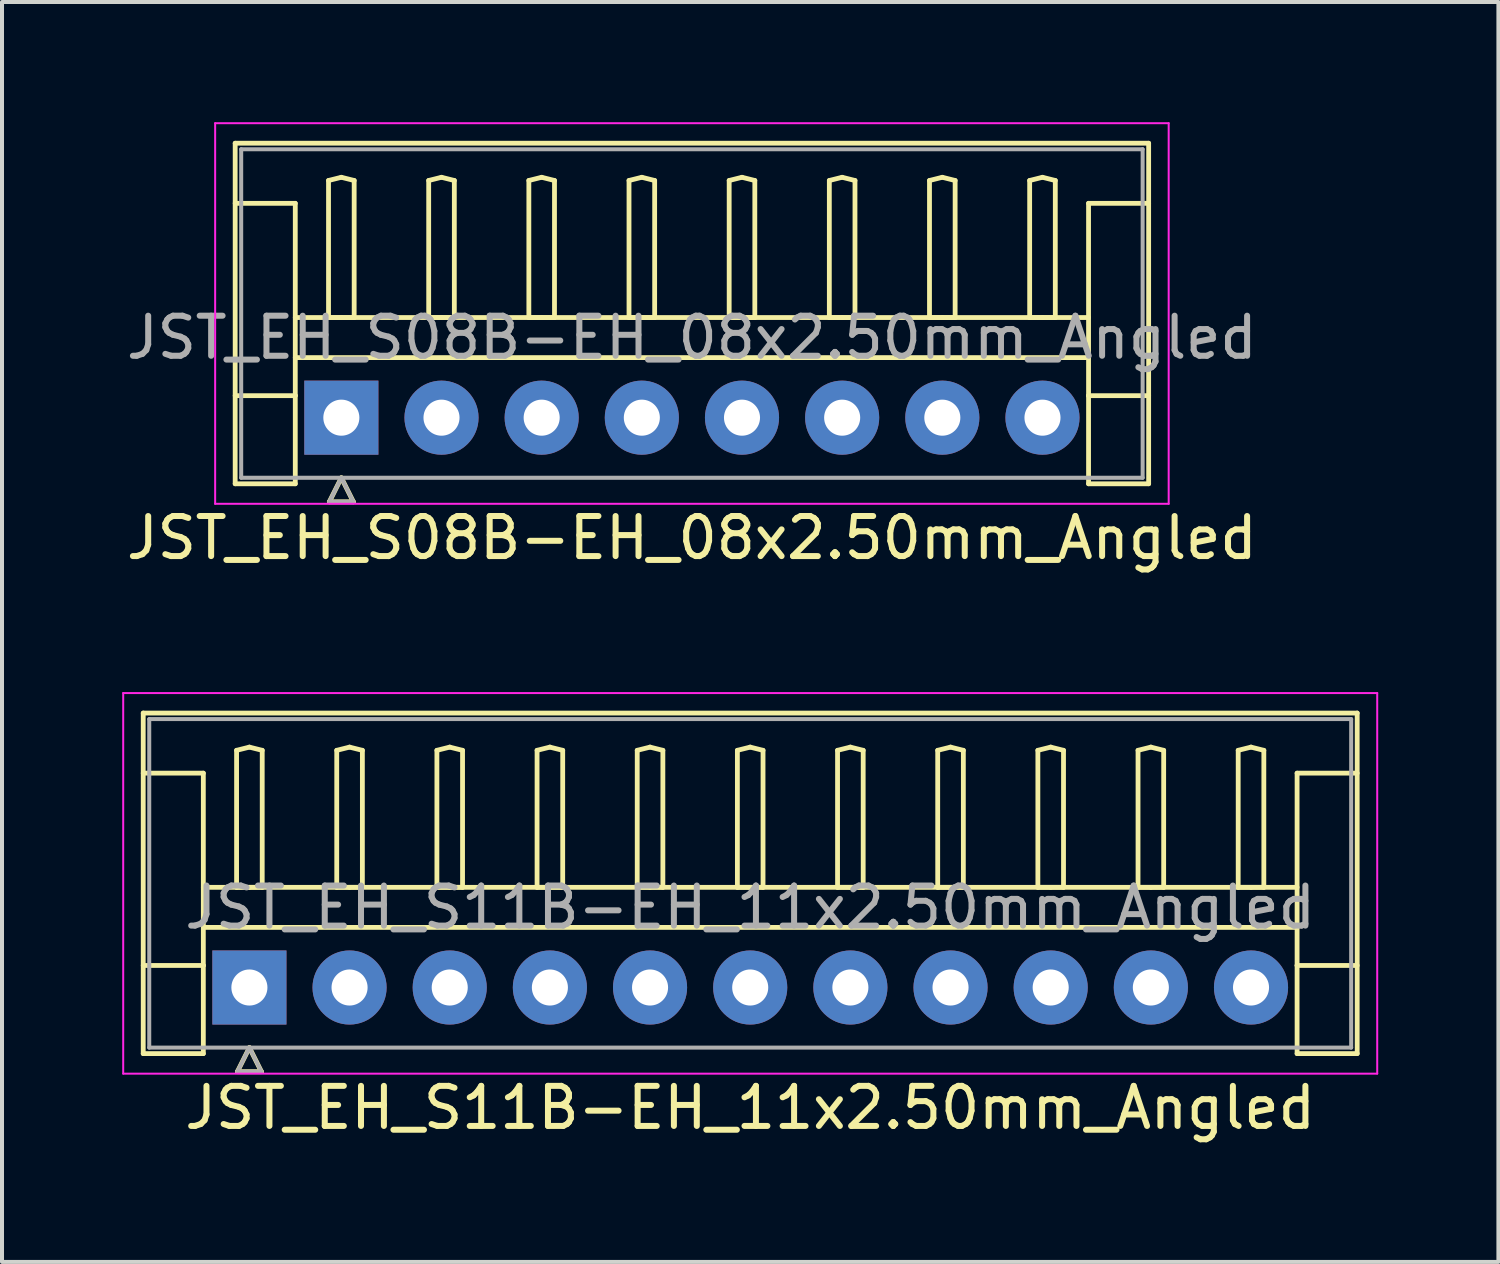
<source format=kicad_pcb>
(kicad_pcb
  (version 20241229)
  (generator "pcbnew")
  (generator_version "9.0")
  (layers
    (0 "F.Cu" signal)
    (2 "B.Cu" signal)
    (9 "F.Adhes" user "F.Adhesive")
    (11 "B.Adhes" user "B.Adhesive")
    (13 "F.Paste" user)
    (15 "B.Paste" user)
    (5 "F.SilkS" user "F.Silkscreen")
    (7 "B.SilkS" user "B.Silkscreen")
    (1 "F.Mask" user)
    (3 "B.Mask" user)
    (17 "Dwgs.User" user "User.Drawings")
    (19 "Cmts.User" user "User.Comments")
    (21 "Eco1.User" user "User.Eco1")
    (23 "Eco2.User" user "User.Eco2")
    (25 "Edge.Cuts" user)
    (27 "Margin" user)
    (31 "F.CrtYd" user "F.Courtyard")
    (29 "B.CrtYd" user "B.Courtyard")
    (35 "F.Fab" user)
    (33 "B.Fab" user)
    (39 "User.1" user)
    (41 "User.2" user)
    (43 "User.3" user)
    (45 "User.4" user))
  (footprint "JST_EH_S11B-EH_11x2.50mm_Angled"
    (layer "F.Cu")
    (at 3.175 21.598)
    (property "Reference" "JST_EH_S11B-EH_11x2.50mm_Angled" (at 12.5 3 0) (layer "F.SilkS") (effects (font (size 1 1) (thickness 0.15))))
    (attr through_hole)
    (fp_line (start -2.65 -6.85) (end 27.65 -6.85) (stroke (width 0.12) (type solid)) (layer "F.SilkS"))
    (fp_line (start -2.65 -5.35) (end -1.15 -5.35) (stroke (width 0.12) (type solid)) (layer "F.SilkS"))
    (fp_line (start -2.65 1.65) (end -2.65 -6.85) (stroke (width 0.12) (type solid)) (layer "F.SilkS"))
    (fp_line (start -1.15 -5.35) (end -1.15 -0.55) (stroke (width 0.12) (type solid)) (layer "F.SilkS"))
    (fp_line (start -1.15 -2.5) (end 26.15 -2.5) (stroke (width 0.12) (type solid)) (layer "F.SilkS"))
    (fp_line (start -1.15 -1.5) (end 26.15 -1.5) (stroke (width 0.12) (type solid)) (layer "F.SilkS"))
    (fp_line (start -1.15 -0.55) (end -2.65 -0.55) (stroke (width 0.12) (type solid)) (layer "F.SilkS"))
    (fp_line (start -1.15 -0.55) (end -1.15 1.65) (stroke (width 0.12) (type solid)) (layer "F.SilkS"))
    (fp_line (start -1.15 1.65) (end -2.65 1.65) (stroke (width 0.12) (type solid)) (layer "F.SilkS"))
    (fp_line (start -0.32 -5.92) (end 0 -6) (stroke (width 0.12) (type solid)) (layer "F.SilkS"))
    (fp_line (start -0.32 -2.5) (end -0.32 -5.92) (stroke (width 0.12) (type solid)) (layer "F.SilkS"))
    (fp_line (start -0.3 2.1) (end 0.3 2.1) (stroke (width 0.12) (type solid)) (layer "F.SilkS"))
    (fp_line (start 0 -6) (end 0.32 -5.92) (stroke (width 0.12) (type solid)) (layer "F.SilkS"))
    (fp_line (start 0 -2.5) (end -0.32 -2.5) (stroke (width 0.12) (type solid)) (layer "F.SilkS"))
    (fp_line (start 0 1.5) (end -0.3 2.1) (stroke (width 0.12) (type solid)) (layer "F.SilkS"))
    (fp_line (start 0.3 2.1) (end 0 1.5) (stroke (width 0.12) (type solid)) (layer "F.SilkS"))
    (fp_line (start 0.32 -5.92) (end 0.32 -2.5) (stroke (width 0.12) (type solid)) (layer "F.SilkS"))
    (fp_line (start 0.32 -2.5) (end 0 -2.5) (stroke (width 0.12) (type solid)) (layer "F.SilkS"))
    (fp_line (start 2.18 -5.92) (end 2.5 -6) (stroke (width 0.12) (type solid)) (layer "F.SilkS"))
    (fp_line (start 2.18 -2.5) (end 2.18 -5.92) (stroke (width 0.12) (type solid)) (layer "F.SilkS"))
    (fp_line (start 2.5 -6) (end 2.82 -5.92) (stroke (width 0.12) (type solid)) (layer "F.SilkS"))
    (fp_line (start 2.5 -2.5) (end 2.18 -2.5) (stroke (width 0.12) (type solid)) (layer "F.SilkS"))
    (fp_line (start 2.82 -5.92) (end 2.82 -2.5) (stroke (width 0.12) (type solid)) (layer "F.SilkS"))
    (fp_line (start 2.82 -2.5) (end 2.5 -2.5) (stroke (width 0.12) (type solid)) (layer "F.SilkS"))
    (fp_line (start 4.68 -5.92) (end 5 -6) (stroke (width 0.12) (type solid)) (layer "F.SilkS"))
    (fp_line (start 4.68 -2.5) (end 4.68 -5.92) (stroke (width 0.12) (type solid)) (layer "F.SilkS"))
    (fp_line (start 5 -6) (end 5.32 -5.92) (stroke (width 0.12) (type solid)) (layer "F.SilkS"))
    (fp_line (start 5 -2.5) (end 4.68 -2.5) (stroke (width 0.12) (type solid)) (layer "F.SilkS"))
    (fp_line (start 5.32 -5.92) (end 5.32 -2.5) (stroke (width 0.12) (type solid)) (layer "F.SilkS"))
    (fp_line (start 5.32 -2.5) (end 5 -2.5) (stroke (width 0.12) (type solid)) (layer "F.SilkS"))
    (fp_line (start 7.18 -5.92) (end 7.5 -6) (stroke (width 0.12) (type solid)) (layer "F.SilkS"))
    (fp_line (start 7.18 -2.5) (end 7.18 -5.92) (stroke (width 0.12) (type solid)) (layer "F.SilkS"))
    (fp_line (start 7.5 -6) (end 7.82 -5.92) (stroke (width 0.12) (type solid)) (layer "F.SilkS"))
    (fp_line (start 7.5 -2.5) (end 7.18 -2.5) (stroke (width 0.12) (type solid)) (layer "F.SilkS"))
    (fp_line (start 7.82 -5.92) (end 7.82 -2.5) (stroke (width 0.12) (type solid)) (layer "F.SilkS"))
    (fp_line (start 7.82 -2.5) (end 7.5 -2.5) (stroke (width 0.12) (type solid)) (layer "F.SilkS"))
    (fp_line (start 9.68 -5.92) (end 10 -6) (stroke (width 0.12) (type solid)) (layer "F.SilkS"))
    (fp_line (start 9.68 -2.5) (end 9.68 -5.92) (stroke (width 0.12) (type solid)) (layer "F.SilkS"))
    (fp_line (start 10 -6) (end 10.32 -5.92) (stroke (width 0.12) (type solid)) (layer "F.SilkS"))
    (fp_line (start 10 -2.5) (end 9.68 -2.5) (stroke (width 0.12) (type solid)) (layer "F.SilkS"))
    (fp_line (start 10.32 -5.92) (end 10.32 -2.5) (stroke (width 0.12) (type solid)) (layer "F.SilkS"))
    (fp_line (start 10.32 -2.5) (end 10 -2.5) (stroke (width 0.12) (type solid)) (layer "F.SilkS"))
    (fp_line (start 12.18 -5.92) (end 12.5 -6) (stroke (width 0.12) (type solid)) (layer "F.SilkS"))
    (fp_line (start 12.18 -2.5) (end 12.18 -5.92) (stroke (width 0.12) (type solid)) (layer "F.SilkS"))
    (fp_line (start 12.5 -6) (end 12.82 -5.92) (stroke (width 0.12) (type solid)) (layer "F.SilkS"))
    (fp_line (start 12.5 -2.5) (end 12.18 -2.5) (stroke (width 0.12) (type solid)) (layer "F.SilkS"))
    (fp_line (start 12.82 -5.92) (end 12.82 -2.5) (stroke (width 0.12) (type solid)) (layer "F.SilkS"))
    (fp_line (start 12.82 -2.5) (end 12.5 -2.5) (stroke (width 0.12) (type solid)) (layer "F.SilkS"))
    (fp_line (start 14.68 -5.92) (end 15 -6) (stroke (width 0.12) (type solid)) (layer "F.SilkS"))
    (fp_line (start 14.68 -2.5) (end 14.68 -5.92) (stroke (width 0.12) (type solid)) (layer "F.SilkS"))
    (fp_line (start 15 -6) (end 15.32 -5.92) (stroke (width 0.12) (type solid)) (layer "F.SilkS"))
    (fp_line (start 15 -2.5) (end 14.68 -2.5) (stroke (width 0.12) (type solid)) (layer "F.SilkS"))
    (fp_line (start 15.32 -5.92) (end 15.32 -2.5) (stroke (width 0.12) (type solid)) (layer "F.SilkS"))
    (fp_line (start 15.32 -2.5) (end 15 -2.5) (stroke (width 0.12) (type solid)) (layer "F.SilkS"))
    (fp_line (start 17.18 -5.92) (end 17.5 -6) (stroke (width 0.12) (type solid)) (layer "F.SilkS"))
    (fp_line (start 17.18 -2.5) (end 17.18 -5.92) (stroke (width 0.12) (type solid)) (layer "F.SilkS"))
    (fp_line (start 17.5 -6) (end 17.82 -5.92) (stroke (width 0.12) (type solid)) (layer "F.SilkS"))
    (fp_line (start 17.5 -2.5) (end 17.18 -2.5) (stroke (width 0.12) (type solid)) (layer "F.SilkS"))
    (fp_line (start 17.82 -5.92) (end 17.82 -2.5) (stroke (width 0.12) (type solid)) (layer "F.SilkS"))
    (fp_line (start 17.82 -2.5) (end 17.5 -2.5) (stroke (width 0.12) (type solid)) (layer "F.SilkS"))
    (fp_line (start 19.68 -5.92) (end 20 -6) (stroke (width 0.12) (type solid)) (layer "F.SilkS"))
    (fp_line (start 19.68 -2.5) (end 19.68 -5.92) (stroke (width 0.12) (type solid)) (layer "F.SilkS"))
    (fp_line (start 20 -6) (end 20.32 -5.92) (stroke (width 0.12) (type solid)) (layer "F.SilkS"))
    (fp_line (start 20 -2.5) (end 19.68 -2.5) (stroke (width 0.12) (type solid)) (layer "F.SilkS"))
    (fp_line (start 20.32 -5.92) (end 20.32 -2.5) (stroke (width 0.12) (type solid)) (layer "F.SilkS"))
    (fp_line (start 20.32 -2.5) (end 20 -2.5) (stroke (width 0.12) (type solid)) (layer "F.SilkS"))
    (fp_line (start 22.18 -5.92) (end 22.5 -6) (stroke (width 0.12) (type solid)) (layer "F.SilkS"))
    (fp_line (start 22.18 -2.5) (end 22.18 -5.92) (stroke (width 0.12) (type solid)) (layer "F.SilkS"))
    (fp_line (start 22.5 -6) (end 22.82 -5.92) (stroke (width 0.12) (type solid)) (layer "F.SilkS"))
    (fp_line (start 22.5 -2.5) (end 22.18 -2.5) (stroke (width 0.12) (type solid)) (layer "F.SilkS"))
    (fp_line (start 22.82 -5.92) (end 22.82 -2.5) (stroke (width 0.12) (type solid)) (layer "F.SilkS"))
    (fp_line (start 22.82 -2.5) (end 22.5 -2.5) (stroke (width 0.12) (type solid)) (layer "F.SilkS"))
    (fp_line (start 24.68 -5.92) (end 25 -6) (stroke (width 0.12) (type solid)) (layer "F.SilkS"))
    (fp_line (start 24.68 -2.5) (end 24.68 -5.92) (stroke (width 0.12) (type solid)) (layer "F.SilkS"))
    (fp_line (start 25 -6) (end 25.32 -5.92) (stroke (width 0.12) (type solid)) (layer "F.SilkS"))
    (fp_line (start 25 -2.5) (end 24.68 -2.5) (stroke (width 0.12) (type solid)) (layer "F.SilkS"))
    (fp_line (start 25.32 -5.92) (end 25.32 -2.5) (stroke (width 0.12) (type solid)) (layer "F.SilkS"))
    (fp_line (start 25.32 -2.5) (end 25 -2.5) (stroke (width 0.12) (type solid)) (layer "F.SilkS"))
    (fp_line (start 26.15 -5.35) (end 26.15 -0.55) (stroke (width 0.12) (type solid)) (layer "F.SilkS"))
    (fp_line (start 26.15 -0.55) (end 27.65 -0.55) (stroke (width 0.12) (type solid)) (layer "F.SilkS"))
    (fp_line (start 26.15 1.65) (end 26.15 -0.55) (stroke (width 0.12) (type solid)) (layer "F.SilkS"))
    (fp_line (start 27.65 -6.85) (end 27.65 1.65) (stroke (width 0.12) (type solid)) (layer "F.SilkS"))
    (fp_line (start 27.65 -5.35) (end 26.15 -5.35) (stroke (width 0.12) (type solid)) (layer "F.SilkS"))
    (fp_line (start 27.65 1.65) (end 26.15 1.65) (stroke (width 0.12) (type solid)) (layer "F.SilkS"))
    (fp_line (start -3.15 -7.35) (end -3.15 2.15) (stroke (width 0.05) (type solid)) (layer "F.CrtYd"))
    (fp_line (start -3.15 2.15) (end 28.15 2.15) (stroke (width 0.05) (type solid)) (layer "F.CrtYd"))
    (fp_line (start 28.15 -7.35) (end -3.15 -7.35) (stroke (width 0.05) (type solid)) (layer "F.CrtYd"))
    (fp_line (start 28.15 2.15) (end 28.15 -7.35) (stroke (width 0.05) (type solid)) (layer "F.CrtYd"))
    (fp_line (start -2.5 -6.7) (end -2.5 1.5) (stroke (width 0.1) (type solid)) (layer "F.Fab"))
    (fp_line (start -2.5 1.5) (end 27.5 1.5) (stroke (width 0.1) (type solid)) (layer "F.Fab"))
    (fp_line (start -0.3 2.1) (end 0.3 2.1) (stroke (width 0.1) (type solid)) (layer "F.Fab"))
    (fp_line (start 0 1.5) (end -0.3 2.1) (stroke (width 0.1) (type solid)) (layer "F.Fab"))
    (fp_line (start 0.3 2.1) (end 0 1.5) (stroke (width 0.1) (type solid)) (layer "F.Fab"))
    (fp_line (start 27.5 -6.7) (end -2.5 -6.7) (stroke (width 0.1) (type solid)) (layer "F.Fab"))
    (fp_line (start 27.5 1.5) (end 27.5 -6.7) (stroke (width 0.1) (type solid)) (layer "F.Fab"))
    (fp_text user "${REFERENCE}" (at 12.5 -2 0) (layer "F.Fab") (effects (font (size 1 1) (thickness 0.15))))
    (pad "1" thru_hole rect (at 0 0) (size 1.85 1.85) (drill 0.9) (layers "*.Cu" "*.Mask"))
    (pad "2" thru_hole circle (at 2.5 0) (size 1.85 1.85) (drill 0.9) (layers "*.Cu" "*.Mask"))
    (pad "3" thru_hole circle (at 5 0) (size 1.85 1.85) (drill 0.9) (layers "*.Cu" "*.Mask"))
    (pad "4" thru_hole circle (at 7.5 0) (size 1.85 1.85) (drill 0.9) (layers "*.Cu" "*.Mask"))
    (pad "5" thru_hole circle (at 10 0) (size 1.85 1.85) (drill 0.9) (layers "*.Cu" "*.Mask"))
    (pad "6" thru_hole circle (at 12.5 0) (size 1.85 1.85) (drill 0.9) (layers "*.Cu" "*.Mask"))
    (pad "7" thru_hole circle (at 15 0) (size 1.85 1.85) (drill 0.9) (layers "*.Cu" "*.Mask"))
    (pad "8" thru_hole circle (at 17.5 0) (size 1.85 1.85) (drill 0.9) (layers "*.Cu" "*.Mask"))
    (pad "9" thru_hole circle (at 20 0) (size 1.85 1.85) (drill 0.9) (layers "*.Cu" "*.Mask"))
    (pad "10" thru_hole circle (at 22.5 0) (size 1.85 1.85) (drill 0.9) (layers "*.Cu" "*.Mask"))
    (pad "11" thru_hole circle (at 25 0) (size 1.85 1.85) (drill 0.9) (layers "*.Cu" "*.Mask")))
  (footprint "JST_EH_S08B-EH_08x2.50mm_Angled"
    (layer "F.Cu")
    (at 5.47 7.375)
    (property "Reference" "JST_EH_S08B-EH_08x2.50mm_Angled" (at 8.75 3 0) (layer "F.SilkS") (effects (font (size 1 1) (thickness 0.15))))
    (attr through_hole)
    (fp_line (start -2.65 -6.85) (end 20.15 -6.85) (stroke (width 0.12) (type solid)) (layer "F.SilkS"))
    (fp_line (start -2.65 -5.35) (end -1.15 -5.35) (stroke (width 0.12) (type solid)) (layer "F.SilkS"))
    (fp_line (start -2.65 1.65) (end -2.65 -6.85) (stroke (width 0.12) (type solid)) (layer "F.SilkS"))
    (fp_line (start -1.15 -5.35) (end -1.15 -0.55) (stroke (width 0.12) (type solid)) (layer "F.SilkS"))
    (fp_line (start -1.15 -2.5) (end 18.65 -2.5) (stroke (width 0.12) (type solid)) (layer "F.SilkS"))
    (fp_line (start -1.15 -1.5) (end 18.65 -1.5) (stroke (width 0.12) (type solid)) (layer "F.SilkS"))
    (fp_line (start -1.15 -0.55) (end -2.65 -0.55) (stroke (width 0.12) (type solid)) (layer "F.SilkS"))
    (fp_line (start -1.15 -0.55) (end -1.15 1.65) (stroke (width 0.12) (type solid)) (layer "F.SilkS"))
    (fp_line (start -1.15 1.65) (end -2.65 1.65) (stroke (width 0.12) (type solid)) (layer "F.SilkS"))
    (fp_line (start -0.32 -5.92) (end 0 -6) (stroke (width 0.12) (type solid)) (layer "F.SilkS"))
    (fp_line (start -0.32 -2.5) (end -0.32 -5.92) (stroke (width 0.12) (type solid)) (layer "F.SilkS"))
    (fp_line (start -0.3 2.1) (end 0.3 2.1) (stroke (width 0.12) (type solid)) (layer "F.SilkS"))
    (fp_line (start 0 -6) (end 0.32 -5.92) (stroke (width 0.12) (type solid)) (layer "F.SilkS"))
    (fp_line (start 0 -2.5) (end -0.32 -2.5) (stroke (width 0.12) (type solid)) (layer "F.SilkS"))
    (fp_line (start 0 1.5) (end -0.3 2.1) (stroke (width 0.12) (type solid)) (layer "F.SilkS"))
    (fp_line (start 0.3 2.1) (end 0 1.5) (stroke (width 0.12) (type solid)) (layer "F.SilkS"))
    (fp_line (start 0.32 -5.92) (end 0.32 -2.5) (stroke (width 0.12) (type solid)) (layer "F.SilkS"))
    (fp_line (start 0.32 -2.5) (end 0 -2.5) (stroke (width 0.12) (type solid)) (layer "F.SilkS"))
    (fp_line (start 2.18 -5.92) (end 2.5 -6) (stroke (width 0.12) (type solid)) (layer "F.SilkS"))
    (fp_line (start 2.18 -2.5) (end 2.18 -5.92) (stroke (width 0.12) (type solid)) (layer "F.SilkS"))
    (fp_line (start 2.5 -6) (end 2.82 -5.92) (stroke (width 0.12) (type solid)) (layer "F.SilkS"))
    (fp_line (start 2.5 -2.5) (end 2.18 -2.5) (stroke (width 0.12) (type solid)) (layer "F.SilkS"))
    (fp_line (start 2.82 -5.92) (end 2.82 -2.5) (stroke (width 0.12) (type solid)) (layer "F.SilkS"))
    (fp_line (start 2.82 -2.5) (end 2.5 -2.5) (stroke (width 0.12) (type solid)) (layer "F.SilkS"))
    (fp_line (start 4.68 -5.92) (end 5 -6) (stroke (width 0.12) (type solid)) (layer "F.SilkS"))
    (fp_line (start 4.68 -2.5) (end 4.68 -5.92) (stroke (width 0.12) (type solid)) (layer "F.SilkS"))
    (fp_line (start 5 -6) (end 5.32 -5.92) (stroke (width 0.12) (type solid)) (layer "F.SilkS"))
    (fp_line (start 5 -2.5) (end 4.68 -2.5) (stroke (width 0.12) (type solid)) (layer "F.SilkS"))
    (fp_line (start 5.32 -5.92) (end 5.32 -2.5) (stroke (width 0.12) (type solid)) (layer "F.SilkS"))
    (fp_line (start 5.32 -2.5) (end 5 -2.5) (stroke (width 0.12) (type solid)) (layer "F.SilkS"))
    (fp_line (start 7.18 -5.92) (end 7.5 -6) (stroke (width 0.12) (type solid)) (layer "F.SilkS"))
    (fp_line (start 7.18 -2.5) (end 7.18 -5.92) (stroke (width 0.12) (type solid)) (layer "F.SilkS"))
    (fp_line (start 7.5 -6) (end 7.82 -5.92) (stroke (width 0.12) (type solid)) (layer "F.SilkS"))
    (fp_line (start 7.5 -2.5) (end 7.18 -2.5) (stroke (width 0.12) (type solid)) (layer "F.SilkS"))
    (fp_line (start 7.82 -5.92) (end 7.82 -2.5) (stroke (width 0.12) (type solid)) (layer "F.SilkS"))
    (fp_line (start 7.82 -2.5) (end 7.5 -2.5) (stroke (width 0.12) (type solid)) (layer "F.SilkS"))
    (fp_line (start 9.68 -5.92) (end 10 -6) (stroke (width 0.12) (type solid)) (layer "F.SilkS"))
    (fp_line (start 9.68 -2.5) (end 9.68 -5.92) (stroke (width 0.12) (type solid)) (layer "F.SilkS"))
    (fp_line (start 10 -6) (end 10.32 -5.92) (stroke (width 0.12) (type solid)) (layer "F.SilkS"))
    (fp_line (start 10 -2.5) (end 9.68 -2.5) (stroke (width 0.12) (type solid)) (layer "F.SilkS"))
    (fp_line (start 10.32 -5.92) (end 10.32 -2.5) (stroke (width 0.12) (type solid)) (layer "F.SilkS"))
    (fp_line (start 10.32 -2.5) (end 10 -2.5) (stroke (width 0.12) (type solid)) (layer "F.SilkS"))
    (fp_line (start 12.18 -5.92) (end 12.5 -6) (stroke (width 0.12) (type solid)) (layer "F.SilkS"))
    (fp_line (start 12.18 -2.5) (end 12.18 -5.92) (stroke (width 0.12) (type solid)) (layer "F.SilkS"))
    (fp_line (start 12.5 -6) (end 12.82 -5.92) (stroke (width 0.12) (type solid)) (layer "F.SilkS"))
    (fp_line (start 12.5 -2.5) (end 12.18 -2.5) (stroke (width 0.12) (type solid)) (layer "F.SilkS"))
    (fp_line (start 12.82 -5.92) (end 12.82 -2.5) (stroke (width 0.12) (type solid)) (layer "F.SilkS"))
    (fp_line (start 12.82 -2.5) (end 12.5 -2.5) (stroke (width 0.12) (type solid)) (layer "F.SilkS"))
    (fp_line (start 14.68 -5.92) (end 15 -6) (stroke (width 0.12) (type solid)) (layer "F.SilkS"))
    (fp_line (start 14.68 -2.5) (end 14.68 -5.92) (stroke (width 0.12) (type solid)) (layer "F.SilkS"))
    (fp_line (start 15 -6) (end 15.32 -5.92) (stroke (width 0.12) (type solid)) (layer "F.SilkS"))
    (fp_line (start 15 -2.5) (end 14.68 -2.5) (stroke (width 0.12) (type solid)) (layer "F.SilkS"))
    (fp_line (start 15.32 -5.92) (end 15.32 -2.5) (stroke (width 0.12) (type solid)) (layer "F.SilkS"))
    (fp_line (start 15.32 -2.5) (end 15 -2.5) (stroke (width 0.12) (type solid)) (layer "F.SilkS"))
    (fp_line (start 17.18 -5.92) (end 17.5 -6) (stroke (width 0.12) (type solid)) (layer "F.SilkS"))
    (fp_line (start 17.18 -2.5) (end 17.18 -5.92) (stroke (width 0.12) (type solid)) (layer "F.SilkS"))
    (fp_line (start 17.5 -6) (end 17.82 -5.92) (stroke (width 0.12) (type solid)) (layer "F.SilkS"))
    (fp_line (start 17.5 -2.5) (end 17.18 -2.5) (stroke (width 0.12) (type solid)) (layer "F.SilkS"))
    (fp_line (start 17.82 -5.92) (end 17.82 -2.5) (stroke (width 0.12) (type solid)) (layer "F.SilkS"))
    (fp_line (start 17.82 -2.5) (end 17.5 -2.5) (stroke (width 0.12) (type solid)) (layer "F.SilkS"))
    (fp_line (start 18.65 -5.35) (end 18.65 -0.55) (stroke (width 0.12) (type solid)) (layer "F.SilkS"))
    (fp_line (start 18.65 -0.55) (end 20.15 -0.55) (stroke (width 0.12) (type solid)) (layer "F.SilkS"))
    (fp_line (start 18.65 1.65) (end 18.65 -0.55) (stroke (width 0.12) (type solid)) (layer "F.SilkS"))
    (fp_line (start 20.15 -6.85) (end 20.15 1.65) (stroke (width 0.12) (type solid)) (layer "F.SilkS"))
    (fp_line (start 20.15 -5.35) (end 18.65 -5.35) (stroke (width 0.12) (type solid)) (layer "F.SilkS"))
    (fp_line (start 20.15 1.65) (end 18.65 1.65) (stroke (width 0.12) (type solid)) (layer "F.SilkS"))
    (fp_line (start -3.15 -7.35) (end -3.15 2.15) (stroke (width 0.05) (type solid)) (layer "F.CrtYd"))
    (fp_line (start -3.15 2.15) (end 20.65 2.15) (stroke (width 0.05) (type solid)) (layer "F.CrtYd"))
    (fp_line (start 20.65 -7.35) (end -3.15 -7.35) (stroke (width 0.05) (type solid)) (layer "F.CrtYd"))
    (fp_line (start 20.65 2.15) (end 20.65 -7.35) (stroke (width 0.05) (type solid)) (layer "F.CrtYd"))
    (fp_line (start -2.5 -6.7) (end -2.5 1.5) (stroke (width 0.1) (type solid)) (layer "F.Fab"))
    (fp_line (start -2.5 1.5) (end 20 1.5) (stroke (width 0.1) (type solid)) (layer "F.Fab"))
    (fp_line (start -0.3 2.1) (end 0.3 2.1) (stroke (width 0.1) (type solid)) (layer "F.Fab"))
    (fp_line (start 0 1.5) (end -0.3 2.1) (stroke (width 0.1) (type solid)) (layer "F.Fab"))
    (fp_line (start 0.3 2.1) (end 0 1.5) (stroke (width 0.1) (type solid)) (layer "F.Fab"))
    (fp_line (start 20 -6.7) (end -2.5 -6.7) (stroke (width 0.1) (type solid)) (layer "F.Fab"))
    (fp_line (start 20 1.5) (end 20 -6.7) (stroke (width 0.1) (type solid)) (layer "F.Fab"))
    (fp_text user "${REFERENCE}" (at 8.75 -2 0) (layer "F.Fab") (effects (font (size 1 1) (thickness 0.15))))
    (pad "1" thru_hole rect (at 0 0) (size 1.85 1.85) (drill 0.9) (layers "*.Cu" "*.Mask"))
    (pad "2" thru_hole circle (at 2.5 0) (size 1.85 1.85) (drill 0.9) (layers "*.Cu" "*.Mask"))
    (pad "3" thru_hole circle (at 5 0) (size 1.85 1.85) (drill 0.9) (layers "*.Cu" "*.Mask"))
    (pad "4" thru_hole circle (at 7.5 0) (size 1.85 1.85) (drill 0.9) (layers "*.Cu" "*.Mask"))
    (pad "5" thru_hole circle (at 10 0) (size 1.85 1.85) (drill 0.9) (layers "*.Cu" "*.Mask"))
    (pad "6" thru_hole circle (at 12.5 0) (size 1.85 1.85) (drill 0.9) (layers "*.Cu" "*.Mask"))
    (pad "7" thru_hole circle (at 15 0) (size 1.85 1.85) (drill 0.9) (layers "*.Cu" "*.Mask"))
    (pad "8" thru_hole circle (at 17.5 0) (size 1.85 1.85) (drill 0.9) (layers "*.Cu" "*.Mask")))
  (gr_rect
    (start -3 -3)
    (end 34.35 28.447)
    (stroke (width 0.1) (type default))
    (fill no)
    (layer "Edge.Cuts")))
</source>
